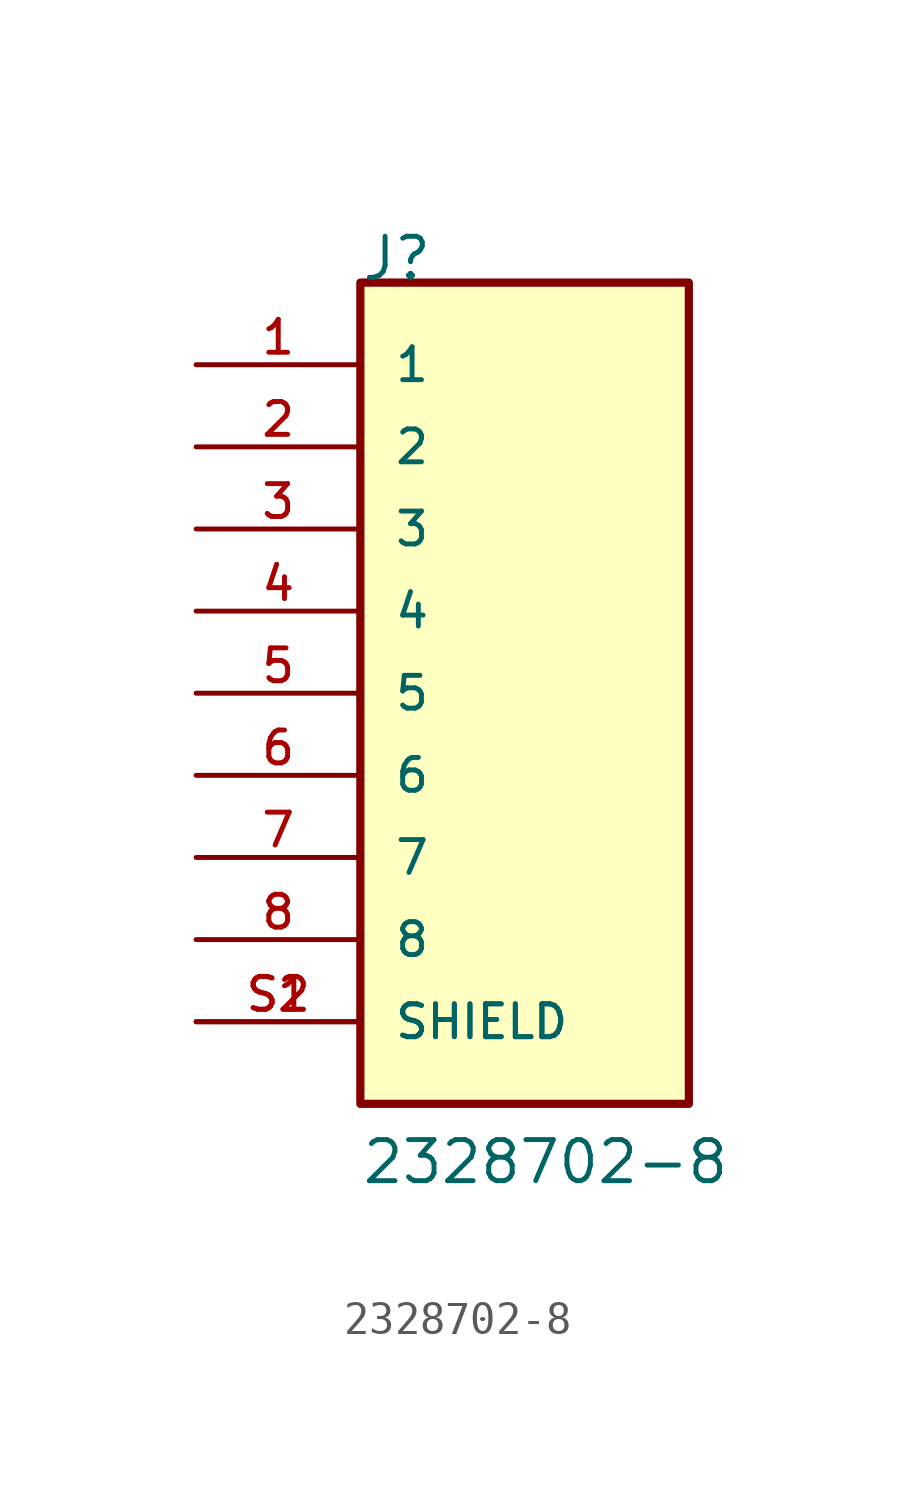
<source format=kicad_sym>
(kicad_symbol_lib
  (version 20211014)
  (generator kicad_symbol_editor)
  (symbol "2328702-8"
    (pin_names
      (offset 1.016))
    (property "Reference" "J"
      (at -5.08 12.7 0)
      (effects (font (size 1.27 1.27)) (justify bottom left)))
    (property "Value" "2328702-8"
      (at -5.08 -15.24 0)
      (effects (font (size 1.27 1.27)) (justify bottom left)))
    (symbol "2328702-8_0_0"
      (rectangle (start -5.08 -12.7) (end 5.08 12.7) (stroke (width 0.254)) (fill (type background)))
      (pin passive line (at -10.16 10.16 0) (length 5.08) (name "1" (effects (font (size 1.016 1.016)))) (number "1" (effects (font (size 1.016 1.016)))))
      (pin passive line (at -10.16 7.62 0) (length 5.08) (name "2" (effects (font (size 1.016 1.016)))) (number "2" (effects (font (size 1.016 1.016)))))
      (pin passive line (at -10.16 5.08 0) (length 5.08) (name "3" (effects (font (size 1.016 1.016)))) (number "3" (effects (font (size 1.016 1.016)))))
      (pin passive line (at -10.16 2.54 0) (length 5.08) (name "4" (effects (font (size 1.016 1.016)))) (number "4" (effects (font (size 1.016 1.016)))))
      (pin passive line (at -10.16 0.0 0) (length 5.08) (name "5" (effects (font (size 1.016 1.016)))) (number "5" (effects (font (size 1.016 1.016)))))
      (pin passive line (at -10.16 -2.54 0) (length 5.08) (name "6" (effects (font (size 1.016 1.016)))) (number "6" (effects (font (size 1.016 1.016)))))
      (pin passive line (at -10.16 -5.08 0) (length 5.08) (name "7" (effects (font (size 1.016 1.016)))) (number "7" (effects (font (size 1.016 1.016)))))
      (pin passive line (at -10.16 -7.62 0) (length 5.08) (name "8" (effects (font (size 1.016 1.016)))) (number "8" (effects (font (size 1.016 1.016)))))
      (pin passive line (at -10.16 -10.16 0) (length 5.08) (name "SHIELD" (effects (font (size 1.016 1.016)))) (number "S1" (effects (font (size 1.016 1.016)))))
      (pin passive line (at -10.16 -10.16 0) (length 5.08) (name "SHIELD" (effects (font (size 1.016 1.016)))) (number "S2" (effects (font (size 1.016 1.016))))))))
</source>
